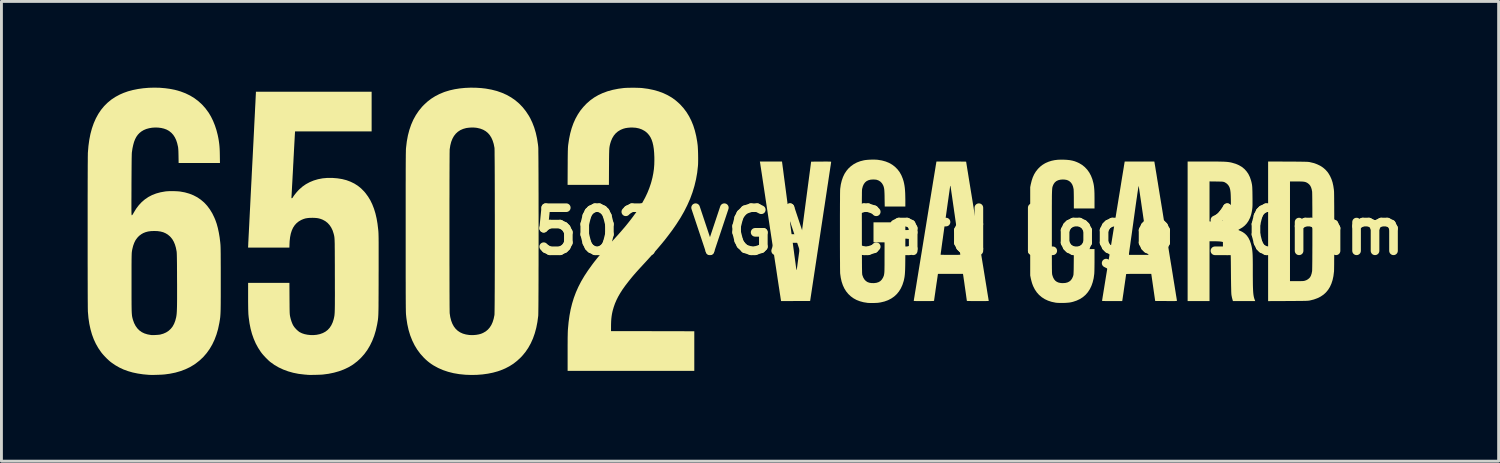
<source format=kicad_pcb>
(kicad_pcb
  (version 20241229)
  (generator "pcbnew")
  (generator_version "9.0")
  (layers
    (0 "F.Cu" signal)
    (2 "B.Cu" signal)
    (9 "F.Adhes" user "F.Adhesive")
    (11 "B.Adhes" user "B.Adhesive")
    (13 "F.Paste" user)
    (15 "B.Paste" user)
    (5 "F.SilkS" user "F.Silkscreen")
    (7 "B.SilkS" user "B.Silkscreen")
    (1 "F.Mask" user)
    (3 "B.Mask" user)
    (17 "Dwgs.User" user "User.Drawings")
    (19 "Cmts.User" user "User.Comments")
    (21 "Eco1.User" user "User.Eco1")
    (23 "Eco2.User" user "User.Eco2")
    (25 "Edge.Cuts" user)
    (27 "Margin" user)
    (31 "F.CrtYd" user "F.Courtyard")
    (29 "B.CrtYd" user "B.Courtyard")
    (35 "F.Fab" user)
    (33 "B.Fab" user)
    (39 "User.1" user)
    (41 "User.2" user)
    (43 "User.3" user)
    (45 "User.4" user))
  (footprint "6502 VGA Card Logo 10mm"
    (layer "F.Cu")
    (at 29.977 4.999)
    (property "Reference" "6502 VGA Card Logo 10mm" (at 0 0 0) (layer "F.SilkS") (effects (font (size 1.5 1.5) (thickness 0.3))))
    (attr board_only exclude_from_pos_files exclude_from_bom)
    (fp_poly (pts (xy -5.81 -2.392) (xy -5.809 -2.381) (xy -5.805 -2.353) (xy -5.799 -2.31) (xy -5.792 -2.253) (xy -5.782 -2.182) (xy -5.771 -2.098) (xy -5.759 -2.002) (xy -5.745 -1.894) (xy -5.729 -1.776) (xy -5.712 -1.649) (xy -5.694 -1.512) (xy -5.675 -1.367) (xy -5.655 -1.215) (xy -5.634 -1.056) (xy -5.612 -0.891) (xy -5.59 -0.721) (xy -5.567 -0.547) (xy -5.563 -0.52) (xy -5.54 -0.346) (xy -5.518 -0.176) (xy -5.496 -0.011) (xy -5.475 0.148) (xy -5.454 0.301) (xy -5.435 0.446) (xy -5.417 0.583) (xy -5.399 0.711) (xy -5.384 0.829) (xy -5.369 0.937) (xy -5.356 1.033) (xy -5.344 1.118) (xy -5.335 1.189) (xy -5.327 1.247) (xy -5.32 1.291) (xy -5.316 1.319) (xy -5.314 1.332) (xy -5.314 1.333) (xy -5.308 1.343) (xy -5.303 1.339) (xy -5.302 1.337) (xy -5.3 1.327) (xy -5.297 1.302) (xy -5.291 1.261) (xy -5.283 1.206) (xy -5.274 1.137) (xy -5.263 1.055) (xy -5.25 0.961) (xy -5.236 0.855) (xy -5.22 0.739) (xy -5.203 0.612) (xy -5.185 0.477) (xy -5.166 0.333) (xy -5.146 0.181) (xy -5.125 0.023) (xy -5.103 -0.142) (xy -5.08 -0.312) (xy -5.057 -0.487) (xy -5.049 -0.55) (xy -4.801 -2.424) (xy -4.452 -2.426) (xy -4.363 -2.427) (xy -4.289 -2.427) (xy -4.23 -2.427) (xy -4.184 -2.426) (xy -4.15 -2.425) (xy -4.126 -2.424) (xy -4.111 -2.422) (xy -4.105 -2.419) (xy -4.104 -2.418) (xy -4.105 -2.409) (xy -4.109 -2.383) (xy -4.115 -2.343) (xy -4.123 -2.287) (xy -4.134 -2.218) (xy -4.146 -2.135) (xy -4.161 -2.04) (xy -4.177 -1.932) (xy -4.195 -1.813) (xy -4.214 -1.683) (xy -4.236 -1.543) (xy -4.258 -1.393) (xy -4.282 -1.235) (xy -4.307 -1.069) (xy -4.333 -0.895) (xy -4.361 -0.715) (xy -4.389 -0.528) (xy -4.418 -0.336) (xy -4.448 -0.139) (xy -4.47 0.008) (xy -4.836 2.424) (xy -5.341 2.426) (xy -5.846 2.428) (xy -5.851 2.409) (xy -5.852 2.399) (xy -5.856 2.374) (xy -5.863 2.332) (xy -5.871 2.276) (xy -5.882 2.206) (xy -5.895 2.123) (xy -5.909 2.026) (xy -5.926 1.918) (xy -5.944 1.799) (xy -5.964 1.668) (xy -5.985 1.528) (xy -6.007 1.379) (xy -6.031 1.22) (xy -6.057 1.054) (xy -6.083 0.88) (xy -6.11 0.7) (xy -6.138 0.514) (xy -6.167 0.322) (xy -6.197 0.126) (xy -6.215 0.008) (xy -6.245 -0.19) (xy -6.274 -0.385) (xy -6.303 -0.575) (xy -6.331 -0.759) (xy -6.358 -0.937) (xy -6.384 -1.108) (xy -6.408 -1.271) (xy -6.432 -1.427) (xy -6.454 -1.573) (xy -6.475 -1.71) (xy -6.494 -1.836) (xy -6.511 -1.952) (xy -6.527 -2.055) (xy -6.541 -2.147) (xy -6.553 -2.226) (xy -6.563 -2.29) (xy -6.57 -2.341) (xy -6.576 -2.377) (xy -6.579 -2.397) (xy -6.58 -2.401) (xy -6.585 -2.428) (xy -6.2 -2.428) (xy -5.815 -2.428)) (stroke (width 0) (type solid)) (fill yes) (layer "F.SilkS"))
    (fp_poly (pts (xy 11.788 -2.426) (xy 11.915 -2.425) (xy 12.025 -2.425) (xy 12.121 -2.424) (xy 12.204 -2.423) (xy 12.274 -2.422) (xy 12.334 -2.422) (xy 12.383 -2.42) (xy 12.424 -2.419) (xy 12.458 -2.418) (xy 12.485 -2.416) (xy 12.507 -2.414) (xy 12.526 -2.412) (xy 12.541 -2.41) (xy 12.548 -2.408) (xy 12.683 -2.376) (xy 12.805 -2.333) (xy 12.913 -2.281) (xy 13.009 -2.219) (xy 13.094 -2.146) (xy 13.168 -2.063) (xy 13.203 -2.014) (xy 13.259 -1.918) (xy 13.305 -1.816) (xy 13.342 -1.706) (xy 13.369 -1.585) (xy 13.389 -1.452) (xy 13.393 -1.405) (xy 13.395 -1.383) (xy 13.396 -1.345) (xy 13.397 -1.293) (xy 13.398 -1.227) (xy 13.399 -1.149) (xy 13.399 -1.06) (xy 13.4 -0.961) (xy 13.401 -0.853) (xy 13.401 -0.737) (xy 13.402 -0.615) (xy 13.402 -0.488) (xy 13.402 -0.356) (xy 13.402 -0.222) (xy 13.402 -0.085) (xy 13.402 0.052) (xy 13.402 0.189) (xy 13.402 0.324) (xy 13.402 0.457) (xy 13.402 0.585) (xy 13.401 0.709) (xy 13.401 0.826) (xy 13.4 0.936) (xy 13.399 1.037) (xy 13.399 1.129) (xy 13.398 1.209) (xy 13.397 1.278) (xy 13.396 1.334) (xy 13.395 1.375) (xy 13.394 1.401) (xy 13.393 1.405) (xy 13.374 1.557) (xy 13.344 1.696) (xy 13.303 1.822) (xy 13.251 1.936) (xy 13.188 2.037) (xy 13.113 2.127) (xy 13.027 2.205) (xy 12.928 2.272) (xy 12.817 2.327) (xy 12.694 2.372) (xy 12.558 2.406) (xy 12.548 2.408) (xy 12.533 2.411) (xy 12.516 2.413) (xy 12.496 2.415) (xy 12.471 2.417) (xy 12.44 2.419) (xy 12.402 2.42) (xy 12.357 2.421) (xy 12.302 2.422) (xy 12.236 2.423) (xy 12.159 2.424) (xy 12.069 2.424) (xy 11.965 2.425) (xy 11.846 2.426) (xy 11.788 2.426) (xy 11.101 2.429) (xy 11.101 0) (xy 11.101 -1.735) (xy 11.862 -1.735) (xy 11.862 0) (xy 11.862 1.735) (xy 12.091 1.735) (xy 12.165 1.734) (xy 12.224 1.734) (xy 12.27 1.732) (xy 12.307 1.731) (xy 12.336 1.728) (xy 12.359 1.724) (xy 12.376 1.72) (xy 12.432 1.7) (xy 12.486 1.669) (xy 12.533 1.63) (xy 12.562 1.596) (xy 12.591 1.542) (xy 12.614 1.473) (xy 12.631 1.392) (xy 12.632 1.384) (xy 12.633 1.366) (xy 12.634 1.333) (xy 12.635 1.285) (xy 12.636 1.224) (xy 12.637 1.15) (xy 12.638 1.065) (xy 12.639 0.97) (xy 12.639 0.866) (xy 12.64 0.754) (xy 12.64 0.636) (xy 12.641 0.512) (xy 12.641 0.383) (xy 12.641 0.252) (xy 12.641 0.118) (xy 12.641 -0.017) (xy 12.641 -0.152) (xy 12.641 -0.285) (xy 12.641 -0.416) (xy 12.64 -0.544) (xy 12.64 -0.666) (xy 12.64 -0.783) (xy 12.639 -0.893) (xy 12.638 -0.995) (xy 12.638 -1.088) (xy 12.637 -1.17) (xy 12.636 -1.241) (xy 12.635 -1.299) (xy 12.634 -1.343) (xy 12.633 -1.372) (xy 12.632 -1.384) (xy 12.616 -1.466) (xy 12.594 -1.534) (xy 12.565 -1.59) (xy 12.527 -1.636) (xy 12.483 -1.672) (xy 12.456 -1.689) (xy 12.43 -1.702) (xy 12.403 -1.713) (xy 12.372 -1.721) (xy 12.335 -1.727) (xy 12.29 -1.731) (xy 12.235 -1.733) (xy 12.167 -1.734) (xy 12.091 -1.735) (xy 11.862 -1.735) (xy 11.101 -1.735) (xy 11.101 -2.429)) (stroke (width 0) (type solid)) (fill yes) (layer "F.SilkS"))
    (fp_poly (pts (xy 3.985 -2.493) (xy 4.098 -2.487) (xy 4.197 -2.477) (xy 4.287 -2.46) (xy 4.371 -2.437) (xy 4.451 -2.406) (xy 4.523 -2.373) (xy 4.628 -2.31) (xy 4.722 -2.234) (xy 4.805 -2.146) (xy 4.877 -2.046) (xy 4.937 -1.934) (xy 4.985 -1.812) (xy 5.021 -1.678) (xy 5.026 -1.655) (xy 5.035 -1.607) (xy 5.042 -1.559) (xy 5.047 -1.51) (xy 5.052 -1.456) (xy 5.055 -1.397) (xy 5.058 -1.329) (xy 5.059 -1.25) (xy 5.06 -1.157) (xy 5.06 -1.095) (xy 5.06 -0.795) (xy 4.7 -0.795) (xy 4.341 -0.795) (xy 4.34 -1.102) (xy 4.34 -1.175) (xy 4.339 -1.246) (xy 4.338 -1.311) (xy 4.337 -1.368) (xy 4.335 -1.415) (xy 4.334 -1.45) (xy 4.332 -1.468) (xy 4.314 -1.551) (xy 4.287 -1.623) (xy 4.249 -1.683) (xy 4.237 -1.697) (xy 4.19 -1.74) (xy 4.138 -1.771) (xy 4.078 -1.791) (xy 4.007 -1.801) (xy 3.953 -1.803) (xy 3.868 -1.796) (xy 3.794 -1.777) (xy 3.731 -1.746) (xy 3.679 -1.702) (xy 3.638 -1.645) (xy 3.618 -1.602) (xy 3.612 -1.588) (xy 3.608 -1.576) (xy 3.603 -1.564) (xy 3.599 -1.551) (xy 3.595 -1.537) (xy 3.592 -1.521) (xy 3.589 -1.501) (xy 3.587 -1.478) (xy 3.585 -1.451) (xy 3.583 -1.418) (xy 3.581 -1.379) (xy 3.58 -1.333) (xy 3.578 -1.279) (xy 3.577 -1.217) (xy 3.577 -1.146) (xy 3.576 -1.064) (xy 3.576 -0.972) (xy 3.575 -0.869) (xy 3.575 -0.753) (xy 3.575 -0.623) (xy 3.575 -0.48) (xy 3.575 -0.323) (xy 3.575 -0.15) (xy 3.575 0.013) (xy 3.575 0.197) (xy 3.575 0.364) (xy 3.575 0.517) (xy 3.575 0.655) (xy 3.575 0.779) (xy 3.575 0.89) (xy 3.576 0.988) (xy 3.576 1.075) (xy 3.576 1.152) (xy 3.577 1.218) (xy 3.577 1.276) (xy 3.578 1.325) (xy 3.579 1.366) (xy 3.579 1.401) (xy 3.58 1.429) (xy 3.582 1.453) (xy 3.583 1.471) (xy 3.584 1.486) (xy 3.586 1.498) (xy 3.588 1.508) (xy 3.589 1.517) (xy 3.59 1.519) (xy 3.617 1.6) (xy 3.652 1.667) (xy 3.696 1.72) (xy 3.75 1.759) (xy 3.815 1.786) (xy 3.891 1.8) (xy 3.954 1.803) (xy 4.041 1.798) (xy 4.116 1.78) (xy 4.18 1.749) (xy 4.233 1.706) (xy 4.275 1.649) (xy 4.308 1.579) (xy 4.324 1.527) (xy 4.327 1.511) (xy 4.329 1.484) (xy 4.331 1.445) (xy 4.333 1.395) (xy 4.335 1.331) (xy 4.336 1.253) (xy 4.337 1.159) (xy 4.338 1.051) (xy 4.342 0.618) (xy 4.701 0.618) (xy 5.06 0.618) (xy 5.06 1.006) (xy 5.06 1.089) (xy 5.059 1.17) (xy 5.058 1.247) (xy 5.057 1.317) (xy 5.056 1.378) (xy 5.054 1.428) (xy 5.052 1.466) (xy 5.051 1.482) (xy 5.03 1.634) (xy 4.996 1.774) (xy 4.951 1.902) (xy 4.895 2.017) (xy 4.826 2.121) (xy 4.747 2.212) (xy 4.655 2.291) (xy 4.552 2.357) (xy 4.437 2.411) (xy 4.311 2.453) (xy 4.234 2.471) (xy 4.185 2.479) (xy 4.123 2.485) (xy 4.052 2.49) (xy 3.976 2.493) (xy 3.9 2.493) (xy 3.828 2.492) (xy 3.763 2.489) (xy 3.71 2.484) (xy 3.706 2.483) (xy 3.57 2.455) (xy 3.444 2.414) (xy 3.328 2.36) (xy 3.224 2.293) (xy 3.131 2.214) (xy 3.05 2.123) (xy 2.981 2.02) (xy 2.923 1.905) (xy 2.889 1.814) (xy 2.875 1.767) (xy 2.86 1.711) (xy 2.847 1.657) (xy 2.841 1.632) (xy 2.822 1.536) (xy 2.822 0) (xy 2.822 -1.536) (xy 2.841 -1.632) (xy 2.873 -1.762) (xy 2.912 -1.879) (xy 2.96 -1.984) (xy 3.017 -2.078) (xy 3.085 -2.164) (xy 3.107 -2.188) (xy 3.175 -2.254) (xy 3.245 -2.309) (xy 3.321 -2.356) (xy 3.363 -2.379) (xy 3.461 -2.421) (xy 3.562 -2.453) (xy 3.669 -2.476) (xy 3.785 -2.49) (xy 3.912 -2.494)) (stroke (width 0) (type solid)) (fill yes) (layer "F.SilkS"))
    (fp_poly (pts (xy 9.06 -2.428) (xy 9.177 -2.428) (xy 9.278 -2.427) (xy 9.367 -2.427) (xy 9.445 -2.425) (xy 9.512 -2.424) (xy 9.57 -2.422) (xy 9.62 -2.419) (xy 9.664 -2.416) (xy 9.704 -2.412) (xy 9.739 -2.407) (xy 9.772 -2.402) (xy 9.804 -2.396) (xy 9.837 -2.388) (xy 9.845 -2.386) (xy 9.971 -2.349) (xy 10.084 -2.301) (xy 10.185 -2.242) (xy 10.273 -2.171) (xy 10.349 -2.088) (xy 10.414 -1.994) (xy 10.466 -1.888) (xy 10.506 -1.769) (xy 10.513 -1.743) (xy 10.523 -1.705) (xy 10.53 -1.671) (xy 10.537 -1.639) (xy 10.542 -1.606) (xy 10.546 -1.572) (xy 10.549 -1.532) (xy 10.551 -1.486) (xy 10.553 -1.431) (xy 10.555 -1.365) (xy 10.556 -1.286) (xy 10.557 -1.213) (xy 10.558 -1.122) (xy 10.558 -1.047) (xy 10.558 -0.984) (xy 10.558 -0.932) (xy 10.557 -0.89) (xy 10.555 -0.854) (xy 10.553 -0.823) (xy 10.55 -0.795) (xy 10.547 -0.769) (xy 10.531 -0.673) (xy 10.512 -0.59) (xy 10.488 -0.515) (xy 10.469 -0.465) (xy 10.419 -0.364) (xy 10.36 -0.277) (xy 10.29 -0.201) (xy 10.209 -0.136) (xy 10.13 -0.089) (xy 10.101 -0.073) (xy 10.079 -0.059) (xy 10.068 -0.05) (xy 10.067 -0.048) (xy 10.075 -0.041) (xy 10.095 -0.031) (xy 10.123 -0.018) (xy 10.135 -0.013) (xy 10.221 0.03) (xy 10.298 0.085) (xy 10.364 0.153) (xy 10.42 0.235) (xy 10.467 0.33) (xy 10.504 0.438) (xy 10.522 0.508) (xy 10.531 0.549) (xy 10.538 0.589) (xy 10.545 0.629) (xy 10.55 0.672) (xy 10.555 0.718) (xy 10.559 0.769) (xy 10.562 0.826) (xy 10.564 0.892) (xy 10.566 0.967) (xy 10.567 1.053) (xy 10.568 1.152) (xy 10.568 1.265) (xy 10.568 1.364) (xy 10.568 1.507) (xy 10.569 1.635) (xy 10.57 1.747) (xy 10.571 1.847) (xy 10.573 1.934) (xy 10.576 2.011) (xy 10.579 2.077) (xy 10.583 2.135) (xy 10.588 2.185) (xy 10.594 2.229) (xy 10.601 2.268) (xy 10.609 2.303) (xy 10.618 2.335) (xy 10.628 2.366) (xy 10.632 2.375) (xy 10.652 2.428) (xy 10.264 2.428) (xy 9.877 2.428) (xy 9.867 2.397) (xy 9.845 2.317) (xy 9.83 2.244) (xy 9.822 2.191) (xy 9.821 2.171) (xy 9.819 2.134) (xy 9.817 2.083) (xy 9.816 2.018) (xy 9.814 1.942) (xy 9.812 1.854) (xy 9.811 1.757) (xy 9.809 1.651) (xy 9.808 1.538) (xy 9.807 1.426) (xy 9.806 1.301) (xy 9.805 1.192) (xy 9.804 1.097) (xy 9.803 1.016) (xy 9.802 0.947) (xy 9.801 0.889) (xy 9.799 0.841) (xy 9.798 0.801) (xy 9.797 0.769) (xy 9.795 0.743) (xy 9.793 0.722) (xy 9.791 0.704) (xy 9.789 0.69) (xy 9.786 0.676) (xy 9.783 0.663) (xy 9.782 0.662) (xy 9.756 0.581) (xy 9.723 0.514) (xy 9.682 0.461) (xy 9.632 0.419) (xy 9.591 0.397) (xy 9.553 0.381) (xy 9.512 0.368) (xy 9.467 0.359) (xy 9.414 0.353) (xy 9.351 0.349) (xy 9.275 0.347) (xy 9.234 0.347) (xy 9.062 0.347) (xy 9.062 1.388) (xy 9.062 2.428) (xy 8.681 2.428) (xy 8.3 2.428) (xy 8.3 0) (xy 8.3 -1.736) (xy 9.062 -1.736) (xy 9.062 -1.04) (xy 9.062 -0.345) (xy 9.267 -0.349) (xy 9.337 -0.351) (xy 9.392 -0.353) (xy 9.435 -0.355) (xy 9.468 -0.358) (xy 9.493 -0.362) (xy 9.513 -0.366) (xy 9.519 -0.368) (xy 9.575 -0.389) (xy 9.622 -0.414) (xy 9.663 -0.446) (xy 9.669 -0.451) (xy 9.7 -0.484) (xy 9.727 -0.521) (xy 9.75 -0.562) (xy 9.768 -0.611) (xy 9.782 -0.667) (xy 9.793 -0.733) (xy 9.8 -0.81) (xy 9.804 -0.899) (xy 9.805 -1.001) (xy 9.804 -1.119) (xy 9.803 -1.146) (xy 9.801 -1.23) (xy 9.798 -1.298) (xy 9.794 -1.355) (xy 9.788 -1.403) (xy 9.782 -1.444) (xy 9.773 -1.481) (xy 9.762 -1.516) (xy 9.755 -1.536) (xy 9.729 -1.585) (xy 9.691 -1.633) (xy 9.644 -1.674) (xy 9.594 -1.704) (xy 9.582 -1.71) (xy 9.566 -1.716) (xy 9.551 -1.72) (xy 9.534 -1.724) (xy 9.513 -1.727) (xy 9.486 -1.729) (xy 9.45 -1.73) (xy 9.403 -1.731) (xy 9.343 -1.732) (xy 9.297 -1.733) (xy 9.062 -1.736) (xy 8.3 -1.736) (xy 8.3 -2.428) (xy 8.929 -2.428)) (stroke (width 0) (type solid)) (fill yes) (layer "F.SilkS"))
    (fp_poly (pts (xy 7.145 -2.409) (xy 7.147 -2.398) (xy 7.151 -2.372) (xy 7.158 -2.33) (xy 7.168 -2.274) (xy 7.179 -2.205) (xy 7.192 -2.123) (xy 7.208 -2.03) (xy 7.225 -1.925) (xy 7.243 -1.81) (xy 7.264 -1.686) (xy 7.285 -1.553) (xy 7.308 -1.413) (xy 7.332 -1.265) (xy 7.357 -1.112) (xy 7.383 -0.953) (xy 7.41 -0.789) (xy 7.437 -0.622) (xy 7.464 -0.452) (xy 7.492 -0.28) (xy 7.52 -0.106) (xy 7.549 0.068) (xy 7.577 0.241) (xy 7.605 0.414) (xy 7.633 0.585) (xy 7.66 0.753) (xy 7.686 0.917) (xy 7.712 1.077) (xy 7.738 1.232) (xy 7.762 1.381) (xy 7.785 1.524) (xy 7.806 1.659) (xy 7.827 1.785) (xy 7.846 1.902) (xy 7.863 2.009) (xy 7.879 2.106) (xy 7.892 2.191) (xy 7.904 2.263) (xy 7.914 2.323) (xy 7.921 2.368) (xy 7.926 2.398) (xy 7.928 2.413) (xy 7.928 2.415) (xy 7.927 2.418) (xy 7.922 2.421) (xy 7.913 2.423) (xy 7.898 2.425) (xy 7.875 2.426) (xy 7.843 2.427) (xy 7.8 2.427) (xy 7.746 2.427) (xy 7.678 2.427) (xy 7.596 2.427) (xy 7.549 2.426) (xy 7.171 2.424) (xy 7.103 1.952) (xy 7.035 1.481) (xy 6.597 1.481) (xy 6.498 1.481) (xy 6.415 1.481) (xy 6.346 1.481) (xy 6.29 1.482) (xy 6.246 1.483) (xy 6.212 1.484) (xy 6.188 1.485) (xy 6.172 1.487) (xy 6.163 1.489) (xy 6.16 1.492) (xy 6.16 1.492) (xy 6.158 1.502) (xy 6.155 1.527) (xy 6.15 1.565) (xy 6.143 1.614) (xy 6.135 1.672) (xy 6.125 1.738) (xy 6.115 1.808) (xy 6.104 1.883) (xy 6.093 1.959) (xy 6.082 2.034) (xy 6.072 2.108) (xy 6.062 2.177) (xy 6.052 2.241) (xy 6.044 2.297) (xy 6.037 2.343) (xy 6.032 2.377) (xy 6.029 2.398) (xy 6.028 2.401) (xy 6.023 2.428) (xy 5.673 2.428) (xy 5.582 2.428) (xy 5.503 2.428) (xy 5.438 2.427) (xy 5.386 2.425) (xy 5.349 2.424) (xy 5.327 2.422) (xy 5.322 2.42) (xy 5.323 2.411) (xy 5.327 2.387) (xy 5.334 2.347) (xy 5.342 2.293) (xy 5.353 2.225) (xy 5.366 2.145) (xy 5.381 2.053) (xy 5.398 1.95) (xy 5.416 1.837) (xy 5.436 1.714) (xy 5.457 1.583) (xy 5.48 1.443) (xy 5.504 1.297) (xy 5.529 1.144) (xy 5.554 0.987) (xy 5.581 0.824) (xy 5.581 0.821) (xy 6.251 0.821) (xy 6.594 0.821) (xy 6.938 0.821) (xy 6.938 0.797) (xy 6.936 0.783) (xy 6.933 0.754) (xy 6.927 0.711) (xy 6.92 0.655) (xy 6.91 0.587) (xy 6.9 0.508) (xy 6.887 0.42) (xy 6.874 0.324) (xy 6.859 0.22) (xy 6.844 0.111) (xy 6.827 -0.003) (xy 6.811 -0.121) (xy 6.793 -0.242) (xy 6.776 -0.364) (xy 6.758 -0.486) (xy 6.741 -0.607) (xy 6.723 -0.727) (xy 6.706 -0.843) (xy 6.69 -0.954) (xy 6.675 -1.061) (xy 6.66 -1.16) (xy 6.646 -1.252) (xy 6.634 -1.335) (xy 6.623 -1.407) (xy 6.614 -1.469) (xy 6.606 -1.518) (xy 6.6 -1.553) (xy 6.596 -1.574) (xy 6.595 -1.579) (xy 6.593 -1.572) (xy 6.588 -1.547) (xy 6.581 -1.507) (xy 6.573 -1.451) (xy 6.562 -1.38) (xy 6.549 -1.295) (xy 6.535 -1.194) (xy 6.518 -1.08) (xy 6.5 -0.953) (xy 6.48 -0.812) (xy 6.459 -0.658) (xy 6.436 -0.492) (xy 6.423 -0.4) (xy 6.404 -0.26) (xy 6.385 -0.125) (xy 6.367 0.005) (xy 6.35 0.129) (xy 6.333 0.245) (xy 6.318 0.353) (xy 6.305 0.451) (xy 6.292 0.54) (xy 6.281 0.617) (xy 6.272 0.682) (xy 6.265 0.734) (xy 6.26 0.772) (xy 6.256 0.795) (xy 6.255 0.802) (xy 6.251 0.821) (xy 5.581 0.821) (xy 5.608 0.658) (xy 5.635 0.488) (xy 5.663 0.317) (xy 5.691 0.144) (xy 5.719 -0.029) (xy 5.747 -0.203) (xy 5.775 -0.375) (xy 5.803 -0.545) (xy 5.83 -0.713) (xy 5.857 -0.877) (xy 5.883 -1.037) (xy 5.908 -1.192) (xy 5.933 -1.341) (xy 5.956 -1.483) (xy 5.978 -1.618) (xy 5.998 -1.744) (xy 6.017 -1.862) (xy 6.035 -1.969) (xy 6.051 -2.066) (xy 6.065 -2.151) (xy 6.077 -2.224) (xy 6.086 -2.284) (xy 6.094 -2.33) (xy 6.099 -2.361) (xy 6.101 -2.375) (xy 6.111 -2.428) (xy 6.626 -2.428) (xy 7.141 -2.428)) (stroke (width 0) (type solid)) (fill yes) (layer "F.SilkS"))
    (fp_poly (pts (xy -2.537 -2.493) (xy -2.48 -2.488) (xy -2.339 -2.465) (xy -2.209 -2.429) (xy -2.09 -2.381) (xy -1.981 -2.319) (xy -1.884 -2.245) (xy -1.798 -2.159) (xy -1.723 -2.061) (xy -1.661 -1.95) (xy -1.611 -1.828) (xy -1.583 -1.737) (xy -1.567 -1.668) (xy -1.553 -1.594) (xy -1.542 -1.514) (xy -1.534 -1.426) (xy -1.528 -1.328) (xy -1.525 -1.218) (xy -1.523 -1.093) (xy -1.523 -1.051) (xy -1.523 -0.863) (xy -1.881 -0.863) (xy -2.24 -0.863) (xy -2.245 -1.153) (xy -2.246 -1.241) (xy -2.248 -1.314) (xy -2.251 -1.375) (xy -2.254 -1.425) (xy -2.258 -1.466) (xy -2.264 -1.501) (xy -2.271 -1.532) (xy -2.279 -1.56) (xy -2.29 -1.587) (xy -2.3 -1.611) (xy -2.338 -1.673) (xy -2.387 -1.725) (xy -2.447 -1.765) (xy -2.515 -1.791) (xy -2.527 -1.794) (xy -2.554 -1.798) (xy -2.592 -1.801) (xy -2.633 -1.803) (xy -2.648 -1.803) (xy -2.734 -1.797) (xy -2.809 -1.777) (xy -2.873 -1.745) (xy -2.926 -1.7) (xy -2.969 -1.641) (xy -3.002 -1.569) (xy -3.025 -1.483) (xy -3.029 -1.46) (xy -3.03 -1.446) (xy -3.032 -1.421) (xy -3.033 -1.385) (xy -3.034 -1.337) (xy -3.034 -1.276) (xy -3.035 -1.204) (xy -3.036 -1.118) (xy -3.036 -1.018) (xy -3.036 -0.905) (xy -3.037 -0.777) (xy -3.037 -0.634) (xy -3.037 -0.476) (xy -3.036 -0.303) (xy -3.036 -0.113) (xy -3.036 0.038) (xy -3.036 0.222) (xy -3.035 0.389) (xy -3.035 0.541) (xy -3.035 0.678) (xy -3.034 0.802) (xy -3.034 0.912) (xy -3.033 1.01) (xy -3.033 1.097) (xy -3.032 1.173) (xy -3.032 1.239) (xy -3.031 1.295) (xy -3.03 1.344) (xy -3.029 1.384) (xy -3.029 1.418) (xy -3.028 1.446) (xy -3.026 1.468) (xy -3.025 1.485) (xy -3.024 1.499) (xy -3.022 1.51) (xy -3.02 1.519) (xy -3.018 1.526) (xy -3.018 1.526) (xy -2.988 1.607) (xy -2.949 1.673) (xy -2.901 1.725) (xy -2.845 1.764) (xy -2.778 1.789) (xy -2.711 1.8) (xy -2.616 1.803) (xy -2.533 1.793) (xy -2.46 1.771) (xy -2.398 1.736) (xy -2.348 1.687) (xy -2.308 1.626) (xy -2.305 1.621) (xy -2.294 1.598) (xy -2.285 1.577) (xy -2.276 1.556) (xy -2.269 1.534) (xy -2.264 1.509) (xy -2.259 1.48) (xy -2.255 1.447) (xy -2.252 1.406) (xy -2.25 1.358) (xy -2.249 1.3) (xy -2.248 1.231) (xy -2.247 1.15) (xy -2.247 1.055) (xy -2.247 0.945) (xy -2.247 0.91) (xy -2.246 0.385) (xy -2.439 0.383) (xy -2.631 0.38) (xy -2.631 0.034) (xy -2.631 -0.313) (xy -2.077 -0.313) (xy -1.523 -0.313) (xy -1.523 0.463) (xy -1.523 0.621) (xy -1.523 0.763) (xy -1.524 0.89) (xy -1.525 1.003) (xy -1.526 1.104) (xy -1.527 1.193) (xy -1.529 1.272) (xy -1.531 1.342) (xy -1.534 1.403) (xy -1.537 1.458) (xy -1.541 1.506) (xy -1.546 1.549) (xy -1.551 1.589) (xy -1.558 1.626) (xy -1.565 1.661) (xy -1.572 1.696) (xy -1.581 1.731) (xy -1.583 1.737) (xy -1.625 1.867) (xy -1.679 1.985) (xy -1.745 2.092) (xy -1.823 2.187) (xy -1.912 2.269) (xy -2.013 2.339) (xy -2.125 2.397) (xy -2.249 2.442) (xy -2.383 2.474) (xy -2.47 2.487) (xy -2.502 2.49) (xy -2.546 2.492) (xy -2.598 2.494) (xy -2.654 2.494) (xy -2.71 2.495) (xy -2.762 2.494) (xy -2.805 2.493) (xy -2.836 2.491) (xy -2.839 2.49) (xy -2.978 2.468) (xy -3.105 2.434) (xy -3.221 2.389) (xy -3.326 2.332) (xy -3.421 2.263) (xy -3.506 2.183) (xy -3.581 2.092) (xy -3.645 1.99) (xy -3.698 1.876) (xy -3.74 1.751) (xy -3.771 1.614) (xy -3.79 1.479) (xy -3.792 1.458) (xy -3.793 1.421) (xy -3.794 1.367) (xy -3.795 1.297) (xy -3.796 1.211) (xy -3.796 1.109) (xy -3.797 0.992) (xy -3.798 0.86) (xy -3.798 0.713) (xy -3.799 0.552) (xy -3.799 0.375) (xy -3.799 0.185) (xy -3.799 0) (xy -3.799 -0.203) (xy -3.799 -0.392) (xy -3.799 -0.567) (xy -3.798 -0.727) (xy -3.798 -0.873) (xy -3.797 -1.004) (xy -3.796 -1.119) (xy -3.796 -1.219) (xy -3.795 -1.304) (xy -3.794 -1.372) (xy -3.793 -1.425) (xy -3.791 -1.461) (xy -3.79 -1.479) (xy -3.769 -1.628) (xy -3.736 -1.764) (xy -3.693 -1.888) (xy -3.64 -2) (xy -3.574 -2.101) (xy -3.506 -2.183) (xy -3.417 -2.266) (xy -3.319 -2.336) (xy -3.211 -2.394) (xy -3.092 -2.439) (xy -2.965 -2.471) (xy -2.909 -2.48) (xy -2.841 -2.487) (xy -2.766 -2.492) (xy -2.686 -2.495) (xy -2.609 -2.495)) (stroke (width 0) (type solid)) (fill yes) (layer "F.SilkS"))
    (fp_poly (pts (xy -10.919 -4.995) (xy -10.844 -4.993) (xy -10.775 -4.991) (xy -10.717 -4.988) (xy -10.678 -4.985) (xy -10.476 -4.958) (xy -10.287 -4.919) (xy -10.11 -4.869) (xy -9.945 -4.808) (xy -9.791 -4.735) (xy -9.647 -4.651) (xy -9.514 -4.554) (xy -9.39 -4.445) (xy -9.351 -4.407) (xy -9.238 -4.281) (xy -9.137 -4.146) (xy -9.048 -4.002) (xy -8.97 -3.847) (xy -8.903 -3.682) (xy -8.847 -3.505) (xy -8.801 -3.316) (xy -8.765 -3.114) (xy -8.753 -3.021) (xy -8.747 -2.967) (xy -8.743 -2.899) (xy -8.739 -2.821) (xy -8.736 -2.737) (xy -8.734 -2.648) (xy -8.733 -2.56) (xy -8.733 -2.475) (xy -8.734 -2.396) (xy -8.736 -2.327) (xy -8.74 -2.273) (xy -8.766 -2.038) (xy -8.807 -1.808) (xy -8.861 -1.582) (xy -8.929 -1.357) (xy -9.011 -1.134) (xy -9.109 -0.912) (xy -9.221 -0.69) (xy -9.349 -0.467) (xy -9.494 -0.241) (xy -9.634 -0.04) (xy -9.719 0.074) (xy -9.804 0.186) (xy -9.891 0.298) (xy -9.982 0.41) (xy -10.079 0.525) (xy -10.181 0.645) (xy -10.292 0.77) (xy -10.412 0.903) (xy -10.542 1.046) (xy -10.576 1.083) (xy -10.66 1.174) (xy -10.733 1.253) (xy -10.798 1.324) (xy -10.855 1.387) (xy -10.906 1.444) (xy -10.952 1.497) (xy -10.995 1.547) (xy -11.036 1.596) (xy -11.077 1.646) (xy -11.118 1.697) (xy -11.154 1.742) (xy -11.263 1.883) (xy -11.359 2.017) (xy -11.442 2.146) (xy -11.514 2.27) (xy -11.575 2.392) (xy -11.627 2.513) (xy -11.67 2.635) (xy -11.706 2.76) (xy -11.714 2.793) (xy -11.732 2.878) (xy -11.745 2.963) (xy -11.755 3.052) (xy -11.761 3.148) (xy -11.764 3.256) (xy -11.764 3.283) (xy -11.765 3.473) (xy -10.316 3.475) (xy -8.867 3.478) (xy -8.867 4.167) (xy -8.867 4.857) (xy -11.071 4.857) (xy -13.275 4.857) (xy -13.275 4.211) (xy -13.275 4.075) (xy -13.275 3.954) (xy -13.274 3.847) (xy -13.274 3.754) (xy -13.273 3.672) (xy -13.271 3.602) (xy -13.27 3.54) (xy -13.268 3.487) (xy -13.266 3.44) (xy -13.263 3.4) (xy -13.263 3.397) (xy -13.241 3.16) (xy -13.21 2.935) (xy -13.17 2.72) (xy -13.119 2.515) (xy -13.058 2.316) (xy -12.986 2.123) (xy -12.901 1.932) (xy -12.804 1.744) (xy -12.693 1.555) (xy -12.567 1.364) (xy -12.427 1.169) (xy -12.401 1.134) (xy -12.348 1.064) (xy -12.296 0.998) (xy -12.244 0.933) (xy -12.19 0.868) (xy -12.134 0.801) (xy -12.073 0.73) (xy -12.006 0.655) (xy -11.931 0.572) (xy -11.848 0.48) (xy -11.757 0.381) (xy -11.652 0.267) (xy -11.558 0.163) (xy -11.473 0.068) (xy -11.395 -0.021) (xy -11.324 -0.104) (xy -11.256 -0.184) (xy -11.192 -0.263) (xy -11.129 -0.342) (xy -11.066 -0.423) (xy -11.023 -0.48) (xy -10.89 -0.661) (xy -10.772 -0.836) (xy -10.668 -1.007) (xy -10.577 -1.173) (xy -10.499 -1.338) (xy -10.433 -1.501) (xy -10.378 -1.664) (xy -10.361 -1.722) (xy -10.322 -1.874) (xy -10.293 -2.021) (xy -10.272 -2.167) (xy -10.26 -2.317) (xy -10.256 -2.475) (xy -10.257 -2.584) (xy -10.264 -2.733) (xy -10.276 -2.867) (xy -10.295 -2.987) (xy -10.32 -3.093) (xy -10.352 -3.188) (xy -10.391 -3.271) (xy -10.439 -3.345) (xy -10.494 -3.409) (xy -10.557 -3.465) (xy -10.6 -3.495) (xy -10.69 -3.544) (xy -10.79 -3.58) (xy -10.9 -3.603) (xy -11.019 -3.611) (xy -11.097 -3.61) (xy -11.188 -3.602) (xy -11.268 -3.589) (xy -11.342 -3.568) (xy -11.413 -3.539) (xy -11.439 -3.527) (xy -11.526 -3.474) (xy -11.603 -3.408) (xy -11.668 -3.33) (xy -11.723 -3.238) (xy -11.767 -3.134) (xy -11.791 -3.057) (xy -11.798 -3.028) (xy -11.805 -3.001) (xy -11.81 -2.976) (xy -11.815 -2.949) (xy -11.819 -2.921) (xy -11.823 -2.89) (xy -11.825 -2.854) (xy -11.828 -2.812) (xy -11.829 -2.762) (xy -11.831 -2.704) (xy -11.832 -2.636) (xy -11.833 -2.556) (xy -11.834 -2.464) (xy -11.834 -2.357) (xy -11.835 -2.236) (xy -11.838 -1.616) (xy -12.557 -1.616) (xy -13.276 -1.616) (xy -13.273 -2.253) (xy -13.272 -2.377) (xy -13.272 -2.485) (xy -13.271 -2.579) (xy -13.27 -2.66) (xy -13.269 -2.73) (xy -13.268 -2.789) (xy -13.266 -2.839) (xy -13.265 -2.882) (xy -13.263 -2.918) (xy -13.261 -2.949) (xy -13.258 -2.977) (xy -13.256 -3.003) (xy -13.255 -3.008) (xy -13.224 -3.215) (xy -13.184 -3.408) (xy -13.134 -3.589) (xy -13.074 -3.757) (xy -13.004 -3.914) (xy -12.923 -4.061) (xy -12.832 -4.199) (xy -12.728 -4.327) (xy -12.614 -4.447) (xy -12.61 -4.451) (xy -12.486 -4.559) (xy -12.351 -4.656) (xy -12.206 -4.74) (xy -12.049 -4.813) (xy -11.882 -4.874) (xy -11.702 -4.923) (xy -11.51 -4.961) (xy -11.329 -4.985) (xy -11.283 -4.989) (xy -11.224 -4.992) (xy -11.154 -4.994) (xy -11.078 -4.995) (xy -10.999 -4.995)) (stroke (width 0) (type solid)) (fill yes) (layer "F.SilkS"))
    (fp_poly (pts (xy 0.168 -2.428) (xy 0.255 -2.428) (xy 0.334 -2.428) (xy 0.406 -2.427) (xy 0.468 -2.426) (xy 0.519 -2.426) (xy 0.558 -2.425) (xy 0.583 -2.424) (xy 0.592 -2.423) (xy 0.592 -2.423) (xy 0.594 -2.414) (xy 0.598 -2.389) (xy 0.604 -2.349) (xy 0.613 -2.294) (xy 0.624 -2.225) (xy 0.637 -2.143) (xy 0.653 -2.048) (xy 0.67 -1.941) (xy 0.689 -1.822) (xy 0.71 -1.693) (xy 0.733 -1.553) (xy 0.757 -1.404) (xy 0.783 -1.247) (xy 0.81 -1.081) (xy 0.838 -0.907) (xy 0.867 -0.727) (xy 0.898 -0.541) (xy 0.929 -0.349) (xy 0.961 -0.153) (xy 0.986 0.000272) (xy 1.018 0.2) (xy 1.05 0.396) (xy 1.081 0.586) (xy 1.111 0.771) (xy 1.14 0.95) (xy 1.168 1.121) (xy 1.195 1.285) (xy 1.22 1.441) (xy 1.244 1.588) (xy 1.266 1.725) (xy 1.287 1.852) (xy 1.306 1.968) (xy 1.322 2.072) (xy 1.337 2.164) (xy 1.35 2.243) (xy 1.361 2.309) (xy 1.369 2.36) (xy 1.375 2.397) (xy 1.378 2.418) (xy 1.379 2.423) (xy 1.371 2.424) (xy 1.348 2.425) (xy 1.311 2.426) (xy 1.262 2.427) (xy 1.203 2.427) (xy 1.135 2.428) (xy 1.061 2.428) (xy 0.998 2.428) (xy 0.92 2.428) (xy 0.847 2.428) (xy 0.781 2.427) (xy 0.724 2.426) (xy 0.678 2.425) (xy 0.643 2.424) (xy 0.623 2.423) (xy 0.618 2.422) (xy 0.617 2.412) (xy 0.613 2.387) (xy 0.608 2.349) (xy 0.601 2.301) (xy 0.593 2.242) (xy 0.584 2.177) (xy 0.574 2.106) (xy 0.563 2.031) (xy 0.552 1.955) (xy 0.541 1.879) (xy 0.531 1.805) (xy 0.521 1.734) (xy 0.511 1.67) (xy 0.503 1.613) (xy 0.496 1.566) (xy 0.491 1.53) (xy 0.487 1.507) (xy 0.486 1.5) (xy 0.482 1.481) (xy 0.046 1.481) (xy -0.038 1.481) (xy -0.116 1.481) (xy -0.188 1.481) (xy -0.252 1.481) (xy -0.305 1.482) (xy -0.346 1.482) (xy -0.375 1.482) (xy -0.388 1.483) (xy -0.389 1.483) (xy -0.39 1.492) (xy -0.394 1.515) (xy -0.399 1.553) (xy -0.406 1.603) (xy -0.415 1.663) (xy -0.425 1.733) (xy -0.437 1.81) (xy -0.449 1.893) (xy -0.457 1.949) (xy -0.47 2.035) (xy -0.481 2.117) (xy -0.492 2.192) (xy -0.502 2.259) (xy -0.51 2.317) (xy -0.517 2.363) (xy -0.521 2.397) (xy -0.524 2.416) (xy -0.525 2.42) (xy -0.533 2.422) (xy -0.557 2.424) (xy -0.598 2.426) (xy -0.652 2.427) (xy -0.721 2.428) (xy -0.804 2.428) (xy -0.879 2.428) (xy -0.966 2.428) (xy -1.037 2.428) (xy -1.095 2.428) (xy -1.14 2.427) (xy -1.174 2.426) (xy -1.198 2.425) (xy -1.215 2.424) (xy -1.224 2.421) (xy -1.229 2.419) (xy -1.23 2.415) (xy -1.23 2.414) (xy -1.229 2.404) (xy -1.224 2.379) (xy -1.218 2.338) (xy -1.208 2.282) (xy -1.197 2.212) (xy -1.184 2.129) (xy -1.168 2.034) (xy -1.15 1.926) (xy -1.131 1.807) (xy -1.11 1.677) (xy -1.087 1.537) (xy -1.063 1.388) (xy -1.037 1.23) (xy -1.01 1.064) (xy -0.982 0.89) (xy -0.969 0.812) (xy -0.296 0.812) (xy -0.288 0.815) (xy -0.263 0.817) (xy -0.221 0.818) (xy -0.163 0.819) (xy -0.089 0.82) (xy 0.001 0.821) (xy 0.047 0.821) (xy 0.135 0.821) (xy 0.208 0.82) (xy 0.267 0.82) (xy 0.313 0.819) (xy 0.346 0.817) (xy 0.369 0.816) (xy 0.383 0.814) (xy 0.389 0.811) (xy 0.389 0.81) (xy 0.388 0.799) (xy 0.384 0.773) (xy 0.379 0.732) (xy 0.371 0.678) (xy 0.362 0.612) (xy 0.352 0.535) (xy 0.339 0.449) (xy 0.326 0.354) (xy 0.312 0.251) (xy 0.296 0.143) (xy 0.28 0.029) (xy 0.263 -0.089) (xy 0.246 -0.209) (xy 0.229 -0.331) (xy 0.211 -0.454) (xy 0.194 -0.576) (xy 0.176 -0.696) (xy 0.16 -0.813) (xy 0.143 -0.927) (xy 0.128 -1.034) (xy 0.113 -1.136) (xy 0.1 -1.23) (xy 0.087 -1.315) (xy 0.076 -1.391) (xy 0.067 -1.455) (xy 0.059 -1.507) (xy 0.053 -1.546) (xy 0.049 -1.571) (xy 0.047 -1.58) (xy 0.047 -1.58) (xy 0.039 -1.581) (xy 0.038 -1.581) (xy 0.037 -1.572) (xy 0.033 -1.548) (xy 0.027 -1.51) (xy 0.02 -1.458) (xy 0.011 -1.393) (xy -0.000059 -1.318) (xy -0.012 -1.233) (xy -0.025 -1.139) (xy -0.04 -1.038) (xy -0.055 -0.93) (xy -0.071 -0.817) (xy -0.087 -0.7) (xy -0.104 -0.58) (xy -0.121 -0.458) (xy -0.138 -0.335) (xy -0.155 -0.213) (xy -0.172 -0.092) (xy -0.188 0.025) (xy -0.204 0.139) (xy -0.219 0.248) (xy -0.234 0.351) (xy -0.247 0.446) (xy -0.259 0.533) (xy -0.269 0.611) (xy -0.278 0.677) (xy -0.286 0.731) (xy -0.291 0.773) (xy -0.295 0.8) (xy -0.296 0.812) (xy -0.296 0.812) (xy -0.969 0.812) (xy -0.952 0.71) (xy -0.922 0.524) (xy -0.891 0.332) (xy -0.859 0.136) (xy -0.838 0.004) (xy -0.805 -0.195) (xy -0.774 -0.39) (xy -0.743 -0.58) (xy -0.713 -0.764) (xy -0.684 -0.942) (xy -0.656 -1.113) (xy -0.629 -1.277) (xy -0.604 -1.432) (xy -0.58 -1.578) (xy -0.558 -1.715) (xy -0.537 -1.842) (xy -0.518 -1.957) (xy -0.501 -2.061) (xy -0.486 -2.153) (xy -0.473 -2.232) (xy -0.463 -2.297) (xy -0.454 -2.348) (xy -0.448 -2.384) (xy -0.445 -2.405) (xy -0.444 -2.409) (xy -0.44 -2.428) (xy 0.076 -2.428)) (stroke (width 0) (type solid)) (fill yes) (layer "F.SilkS"))
    (fp_poly (pts (xy -16.467 -4.996) (xy -16.279 -4.984) (xy -16.122 -4.966) (xy -15.924 -4.93) (xy -15.736 -4.882) (xy -15.56 -4.82) (xy -15.394 -4.746) (xy -15.24 -4.659) (xy -15.096 -4.559) (xy -14.963 -4.446) (xy -14.841 -4.32) (xy -14.73 -4.181) (xy -14.63 -4.03) (xy -14.575 -3.933) (xy -14.501 -3.777) (xy -14.436 -3.607) (xy -14.382 -3.425) (xy -14.339 -3.231) (xy -14.307 -3.025) (xy -14.298 -2.944) (xy -14.297 -2.925) (xy -14.295 -2.89) (xy -14.294 -2.84) (xy -14.294 -2.775) (xy -14.293 -2.696) (xy -14.292 -2.604) (xy -14.291 -2.499) (xy -14.29 -2.383) (xy -14.29 -2.257) (xy -14.289 -2.12) (xy -14.288 -1.975) (xy -14.288 -1.82) (xy -14.287 -1.659) (xy -14.287 -1.49) (xy -14.286 -1.315) (xy -14.286 -1.135) (xy -14.286 -0.95) (xy -14.286 -0.761) (xy -14.285 -0.57) (xy -14.285 -0.376) (xy -14.285 -0.181) (xy -14.285 0.015) (xy -14.285 0.211) (xy -14.285 0.407) (xy -14.286 0.6) (xy -14.286 0.791) (xy -14.286 0.979) (xy -14.286 1.163) (xy -14.287 1.343) (xy -14.287 1.517) (xy -14.287 1.684) (xy -14.288 1.845) (xy -14.288 1.998) (xy -14.289 2.142) (xy -14.29 2.277) (xy -14.29 2.402) (xy -14.291 2.516) (xy -14.292 2.619) (xy -14.293 2.709) (xy -14.294 2.786) (xy -14.295 2.849) (xy -14.296 2.897) (xy -14.297 2.93) (xy -14.298 2.944) (xy -14.327 3.16) (xy -14.367 3.363) (xy -14.419 3.553) (xy -14.482 3.732) (xy -14.558 3.9) (xy -14.645 4.056) (xy -14.743 4.2) (xy -14.854 4.334) (xy -14.908 4.391) (xy -15.032 4.506) (xy -15.162 4.608) (xy -15.301 4.696) (xy -15.449 4.773) (xy -15.609 4.839) (xy -15.705 4.872) (xy -15.871 4.918) (xy -16.049 4.954) (xy -16.236 4.98) (xy -16.429 4.995) (xy -16.625 4.999) (xy -16.824 4.992) (xy -16.839 4.991) (xy -17.049 4.97) (xy -17.248 4.936) (xy -17.437 4.888) (xy -17.615 4.828) (xy -17.783 4.754) (xy -17.94 4.668) (xy -18.005 4.626) (xy -18.077 4.575) (xy -18.143 4.523) (xy -18.208 4.466) (xy -18.276 4.4) (xy -18.28 4.396) (xy -18.4 4.263) (xy -18.507 4.119) (xy -18.601 3.964) (xy -18.683 3.797) (xy -18.753 3.619) (xy -18.81 3.43) (xy -18.854 3.229) (xy -18.886 3.017) (xy -18.897 2.91) (xy -18.899 2.894) (xy -18.9 2.876) (xy -18.901 2.855) (xy -18.902 2.83) (xy -18.903 2.801) (xy -18.904 2.767) (xy -18.904 2.728) (xy -18.905 2.683) (xy -18.906 2.631) (xy -18.906 2.573) (xy -18.907 2.507) (xy -18.907 2.432) (xy -18.908 2.35) (xy -18.908 2.257) (xy -18.909 2.155) (xy -18.909 2.043) (xy -18.909 1.92) (xy -18.909 1.785) (xy -18.91 1.639) (xy -18.91 1.48) (xy -18.91 1.307) (xy -18.91 1.121) (xy -18.91 0.921) (xy -18.91 0.706) (xy -18.91 0.476) (xy -18.91 0.23) (xy -18.91 0.032) (xy -17.387 0.032) (xy -17.387 0.223) (xy -17.387 0.414) (xy -17.387 0.604) (xy -17.387 0.791) (xy -17.387 0.974) (xy -17.387 1.154) (xy -17.386 1.329) (xy -17.386 1.498) (xy -17.386 1.661) (xy -17.385 1.817) (xy -17.385 1.965) (xy -17.385 2.104) (xy -17.384 2.234) (xy -17.384 2.354) (xy -17.383 2.462) (xy -17.383 2.559) (xy -17.382 2.644) (xy -17.381 2.715) (xy -17.381 2.772) (xy -17.38 2.814) (xy -17.379 2.841) (xy -17.379 2.849) (xy -17.359 2.984) (xy -17.328 3.106) (xy -17.287 3.214) (xy -17.235 3.31) (xy -17.172 3.392) (xy -17.099 3.461) (xy -17.015 3.517) (xy -16.92 3.56) (xy -16.814 3.59) (xy -16.698 3.608) (xy -16.605 3.612) (xy -16.556 3.611) (xy -16.501 3.607) (xy -16.451 3.602) (xy -16.44 3.6) (xy -16.37 3.588) (xy -16.312 3.573) (xy -16.258 3.554) (xy -16.208 3.531) (xy -16.122 3.481) (xy -16.047 3.418) (xy -15.983 3.344) (xy -15.928 3.257) (xy -15.883 3.157) (xy -15.848 3.043) (xy -15.822 2.916) (xy -15.821 2.91) (xy -15.82 2.895) (xy -15.819 2.863) (xy -15.818 2.816) (xy -15.817 2.754) (xy -15.816 2.679) (xy -15.815 2.59) (xy -15.814 2.489) (xy -15.813 2.376) (xy -15.813 2.253) (xy -15.812 2.12) (xy -15.811 1.977) (xy -15.811 1.826) (xy -15.81 1.667) (xy -15.81 1.501) (xy -15.809 1.329) (xy -15.809 1.152) (xy -15.809 0.97) (xy -15.809 0.784) (xy -15.808 0.595) (xy -15.808 0.403) (xy -15.808 0.21) (xy -15.808 0.016) (xy -15.808 -0.178) (xy -15.808 -0.371) (xy -15.808 -0.563) (xy -15.809 -0.752) (xy -15.809 -0.939) (xy -15.809 -1.122) (xy -15.809 -1.3) (xy -15.81 -1.473) (xy -15.81 -1.64) (xy -15.811 -1.8) (xy -15.811 -1.953) (xy -15.812 -2.097) (xy -15.812 -2.232) (xy -15.813 -2.357) (xy -15.814 -2.471) (xy -15.815 -2.574) (xy -15.816 -2.665) (xy -15.816 -2.743) (xy -15.817 -2.807) (xy -15.818 -2.856) (xy -15.819 -2.891) (xy -15.821 -2.909) (xy -15.821 -2.91) (xy -15.847 -3.04) (xy -15.883 -3.155) (xy -15.928 -3.257) (xy -15.984 -3.346) (xy -16.049 -3.421) (xy -16.126 -3.484) (xy -16.213 -3.534) (xy -16.311 -3.572) (xy -16.421 -3.598) (xy -16.47 -3.605) (xy -16.546 -3.611) (xy -16.629 -3.611) (xy -16.714 -3.605) (xy -16.791 -3.595) (xy -16.808 -3.592) (xy -16.914 -3.562) (xy -17.009 -3.52) (xy -17.094 -3.464) (xy -17.168 -3.396) (xy -17.231 -3.315) (xy -17.284 -3.22) (xy -17.326 -3.113) (xy -17.357 -2.992) (xy -17.378 -2.858) (xy -17.379 -2.849) (xy -17.38 -2.834) (xy -17.38 -2.802) (xy -17.381 -2.755) (xy -17.382 -2.693) (xy -17.382 -2.617) (xy -17.383 -2.529) (xy -17.383 -2.428) (xy -17.384 -2.315) (xy -17.384 -2.192) (xy -17.385 -2.059) (xy -17.385 -1.917) (xy -17.386 -1.766) (xy -17.386 -1.608) (xy -17.386 -1.443) (xy -17.386 -1.272) (xy -17.387 -1.095) (xy -17.387 -0.914) (xy -17.387 -0.729) (xy -17.387 -0.542) (xy -17.387 -0.352) (xy -17.387 -0.16) (xy -17.387 0.032) (xy -18.91 0.032) (xy -18.91 0) (xy -18.91 -0.261) (xy -18.91 -0.505) (xy -18.91 -0.733) (xy -18.91 -0.946) (xy -18.91 -1.145) (xy -18.91 -1.329) (xy -18.91 -1.5) (xy -18.91 -1.657) (xy -18.909 -1.802) (xy -18.909 -1.936) (xy -18.909 -2.057) (xy -18.909 -2.168) (xy -18.908 -2.269) (xy -18.908 -2.36) (xy -18.907 -2.442) (xy -18.907 -2.515) (xy -18.906 -2.58) (xy -18.906 -2.638) (xy -18.905 -2.689) (xy -18.904 -2.733) (xy -18.903 -2.772) (xy -18.903 -2.805) (xy -18.902 -2.833) (xy -18.901 -2.858) (xy -18.9 -2.878) (xy -18.898 -2.896) (xy -18.897 -2.91) (xy -18.871 -3.127) (xy -18.833 -3.334) (xy -18.782 -3.529) (xy -18.719 -3.712) (xy -18.643 -3.885) (xy -18.554 -4.046) (xy -18.453 -4.195) (xy -18.34 -4.333) (xy -18.28 -4.396) (xy -18.157 -4.51) (xy -18.026 -4.611) (xy -17.887 -4.699) (xy -17.738 -4.776) (xy -17.577 -4.843) (xy -17.53 -4.859) (xy -17.374 -4.906) (xy -17.206 -4.944) (xy -17.029 -4.972) (xy -16.845 -4.99) (xy -16.657 -4.998)) (stroke (width 0) (type solid)) (fill yes) (layer "F.SilkS"))
    (fp_poly (pts (xy -20.095 -4.167) (xy -20.095 -3.477) (xy -21.427 -3.477) (xy -22.759 -3.477) (xy -22.764 -3.408) (xy -22.765 -3.39) (xy -22.767 -3.357) (xy -22.77 -3.31) (xy -22.773 -3.248) (xy -22.777 -3.175) (xy -22.782 -3.09) (xy -22.787 -2.994) (xy -22.793 -2.89) (xy -22.799 -2.778) (xy -22.805 -2.659) (xy -22.812 -2.534) (xy -22.818 -2.405) (xy -22.824 -2.31) (xy -22.83 -2.178) (xy -22.837 -2.05) (xy -22.844 -1.927) (xy -22.85 -1.81) (xy -22.856 -1.701) (xy -22.862 -1.599) (xy -22.867 -1.507) (xy -22.871 -1.425) (xy -22.875 -1.356) (xy -22.878 -1.298) (xy -22.881 -1.255) (xy -22.882 -1.227) (xy -22.883 -1.216) (xy -22.885 -1.183) (xy -22.885 -1.164) (xy -22.883 -1.154) (xy -22.876 -1.151) (xy -22.871 -1.151) (xy -22.854 -1.158) (xy -22.841 -1.175) (xy -22.822 -1.206) (xy -22.795 -1.246) (xy -22.76 -1.291) (xy -22.722 -1.339) (xy -22.682 -1.385) (xy -22.643 -1.428) (xy -22.616 -1.455) (xy -22.504 -1.554) (xy -22.381 -1.64) (xy -22.249 -1.711) (xy -22.108 -1.769) (xy -21.959 -1.813) (xy -21.802 -1.843) (xy -21.638 -1.858) (xy -21.468 -1.858) (xy -21.463 -1.858) (xy -21.288 -1.844) (xy -21.124 -1.818) (xy -20.971 -1.779) (xy -20.829 -1.726) (xy -20.696 -1.661) (xy -20.573 -1.583) (xy -20.46 -1.491) (xy -20.355 -1.385) (xy -20.307 -1.328) (xy -20.219 -1.208) (xy -20.14 -1.078) (xy -20.072 -0.937) (xy -20.013 -0.786) (xy -19.963 -0.623) (xy -19.922 -0.447) (xy -19.89 -0.259) (xy -19.866 -0.056) (xy -19.862 -0.017) (xy -19.86 0.005) (xy -19.859 0.03) (xy -19.857 0.056) (xy -19.856 0.087) (xy -19.855 0.122) (xy -19.854 0.162) (xy -19.853 0.208) (xy -19.852 0.261) (xy -19.852 0.322) (xy -19.851 0.391) (xy -19.851 0.47) (xy -19.851 0.559) (xy -19.851 0.659) (xy -19.851 0.771) (xy -19.851 0.896) (xy -19.851 1.035) (xy -19.851 1.188) (xy -19.851 1.357) (xy -19.852 1.519) (xy -19.852 1.702) (xy -19.852 1.869) (xy -19.853 2.021) (xy -19.853 2.159) (xy -19.854 2.283) (xy -19.854 2.395) (xy -19.855 2.495) (xy -19.855 2.584) (xy -19.856 2.664) (xy -19.857 2.734) (xy -19.859 2.796) (xy -19.86 2.851) (xy -19.862 2.9) (xy -19.864 2.943) (xy -19.867 2.981) (xy -19.869 3.016) (xy -19.873 3.048) (xy -19.876 3.078) (xy -19.88 3.106) (xy -19.885 3.134) (xy -19.89 3.163) (xy -19.895 3.194) (xy -19.901 3.227) (xy -19.905 3.249) (xy -19.949 3.447) (xy -20.005 3.634) (xy -20.073 3.81) (xy -20.153 3.975) (xy -20.245 4.13) (xy -20.349 4.272) (xy -20.465 4.402) (xy -20.592 4.521) (xy -20.73 4.627) (xy -20.764 4.65) (xy -20.906 4.734) (xy -21.061 4.807) (xy -21.228 4.869) (xy -21.405 4.919) (xy -21.593 4.958) (xy -21.783 4.983) (xy -21.816 4.986) (xy -21.861 4.989) (xy -21.916 4.991) (xy -21.977 4.993) (xy -22.041 4.995) (xy -22.105 4.996) (xy -22.166 4.997) (xy -22.22 4.997) (xy -22.264 4.997) (xy -22.296 4.996) (xy -22.303 4.996) (xy -22.327 4.994) (xy -22.362 4.99) (xy -22.405 4.987) (xy -22.447 4.983) (xy -22.639 4.96) (xy -22.823 4.923) (xy -23.001 4.873) (xy -23.169 4.811) (xy -23.328 4.737) (xy -23.476 4.651) (xy -23.613 4.553) (xy -23.628 4.542) (xy -23.679 4.497) (xy -23.736 4.443) (xy -23.795 4.382) (xy -23.852 4.32) (xy -23.904 4.26) (xy -23.946 4.205) (xy -23.951 4.199) (xy -24.045 4.054) (xy -24.128 3.902) (xy -24.198 3.741) (xy -24.258 3.571) (xy -24.307 3.389) (xy -24.345 3.197) (xy -24.373 2.992) (xy -24.381 2.912) (xy -24.384 2.872) (xy -24.386 2.824) (xy -24.388 2.769) (xy -24.39 2.704) (xy -24.391 2.628) (xy -24.392 2.54) (xy -24.393 2.438) (xy -24.393 2.321) (xy -24.393 2.282) (xy -24.393 1.794) (xy -23.675 1.794) (xy -22.956 1.794) (xy -22.953 2.333) (xy -22.952 2.443) (xy -22.951 2.537) (xy -22.951 2.617) (xy -22.95 2.684) (xy -22.949 2.74) (xy -22.948 2.787) (xy -22.947 2.825) (xy -22.945 2.857) (xy -22.943 2.884) (xy -22.941 2.906) (xy -22.938 2.926) (xy -22.935 2.946) (xy -22.931 2.965) (xy -22.931 2.968) (xy -22.909 3.059) (xy -22.881 3.147) (xy -22.849 3.227) (xy -22.818 3.286) (xy -22.789 3.329) (xy -22.749 3.376) (xy -22.705 3.423) (xy -22.658 3.465) (xy -22.615 3.499) (xy -22.597 3.51) (xy -22.517 3.549) (xy -22.426 3.579) (xy -22.326 3.599) (xy -22.221 3.61) (xy -22.113 3.611) (xy -22.007 3.601) (xy -22.007 3.601) (xy -21.894 3.577) (xy -21.792 3.54) (xy -21.702 3.492) (xy -21.623 3.431) (xy -21.555 3.357) (xy -21.498 3.27) (xy -21.451 3.17) (xy -21.415 3.057) (xy -21.407 3.021) (xy -21.402 2.999) (xy -21.398 2.979) (xy -21.394 2.957) (xy -21.39 2.935) (xy -21.387 2.91) (xy -21.385 2.882) (xy -21.382 2.85) (xy -21.38 2.814) (xy -21.379 2.771) (xy -21.377 2.723) (xy -21.376 2.666) (xy -21.375 2.602) (xy -21.374 2.528) (xy -21.374 2.445) (xy -21.374 2.35) (xy -21.373 2.244) (xy -21.373 2.125) (xy -21.374 1.993) (xy -21.374 1.846) (xy -21.374 1.684) (xy -21.375 1.51) (xy -21.375 1.339) (xy -21.375 1.184) (xy -21.376 1.043) (xy -21.376 0.917) (xy -21.377 0.805) (xy -21.377 0.705) (xy -21.378 0.616) (xy -21.379 0.539) (xy -21.379 0.471) (xy -21.38 0.412) (xy -21.382 0.361) (xy -21.383 0.318) (xy -21.385 0.281) (xy -21.387 0.249) (xy -21.389 0.222) (xy -21.392 0.198) (xy -21.395 0.177) (xy -21.398 0.159) (xy -21.402 0.141) (xy -21.406 0.123) (xy -21.411 0.105) (xy -21.416 0.085) (xy -21.418 0.078) (xy -21.453 -0.031) (xy -21.501 -0.13) (xy -21.559 -0.217) (xy -21.628 -0.292) (xy -21.707 -0.354) (xy -21.796 -0.402) (xy -21.815 -0.411) (xy -21.875 -0.433) (xy -21.933 -0.449) (xy -21.993 -0.46) (xy -22.059 -0.466) (xy -22.136 -0.469) (xy -22.168 -0.469) (xy -22.255 -0.467) (xy -22.329 -0.46) (xy -22.395 -0.449) (xy -22.456 -0.431) (xy -22.516 -0.407) (xy -22.547 -0.393) (xy -22.633 -0.343) (xy -22.709 -0.281) (xy -22.774 -0.209) (xy -22.829 -0.125) (xy -22.873 -0.028) (xy -22.908 0.081) (xy -22.932 0.202) (xy -22.948 0.338) (xy -22.952 0.421) (xy -22.957 0.567) (xy -23.675 0.567) (xy -24.393 0.567) (xy -24.393 0.537) (xy -24.393 0.527) (xy -24.391 0.5) (xy -24.389 0.457) (xy -24.387 0.4) (xy -24.383 0.328) (xy -24.379 0.242) (xy -24.374 0.144) (xy -24.368 0.033) (xy -24.362 -0.09) (xy -24.355 -0.223) (xy -24.348 -0.367) (xy -24.34 -0.521) (xy -24.332 -0.684) (xy -24.323 -0.855) (xy -24.314 -1.035) (xy -24.305 -1.221) (xy -24.295 -1.414) (xy -24.285 -1.613) (xy -24.274 -1.817) (xy -24.264 -2.025) (xy -24.258 -2.14) (xy -24.247 -2.351) (xy -24.236 -2.558) (xy -24.226 -2.759) (xy -24.216 -2.956) (xy -24.206 -3.146) (xy -24.197 -3.329) (xy -24.188 -3.505) (xy -24.18 -3.673) (xy -24.172 -3.832) (xy -24.164 -3.982) (xy -24.157 -4.121) (xy -24.151 -4.25) (xy -24.145 -4.368) (xy -24.139 -4.473) (xy -24.135 -4.566) (xy -24.131 -4.646) (xy -24.128 -4.712) (xy -24.125 -4.763) (xy -24.123 -4.799) (xy -24.123 -4.818) (xy -24.122 -4.822) (xy -24.122 -4.857) (xy -22.109 -4.857) (xy -20.095 -4.857)) (stroke (width 0) (type solid)) (fill yes) (layer "F.SilkS"))
    (fp_poly (pts (xy -27.468 -4.995) (xy -27.278 -4.979) (xy -27.118 -4.957) (xy -26.925 -4.918) (xy -26.744 -4.867) (xy -26.573 -4.802) (xy -26.413 -4.724) (xy -26.263 -4.633) (xy -26.125 -4.529) (xy -25.997 -4.412) (xy -25.88 -4.282) (xy -25.774 -4.138) (xy -25.762 -4.121) (xy -25.684 -3.989) (xy -25.613 -3.844) (xy -25.55 -3.689) (xy -25.496 -3.525) (xy -25.452 -3.355) (xy -25.43 -3.249) (xy -25.416 -3.169) (xy -25.405 -3.095) (xy -25.396 -3.023) (xy -25.389 -2.951) (xy -25.384 -2.874) (xy -25.38 -2.79) (xy -25.378 -2.693) (xy -25.377 -2.642) (xy -25.373 -2.378) (xy -26.092 -2.378) (xy -26.811 -2.378) (xy -26.815 -2.625) (xy -26.817 -2.712) (xy -26.819 -2.784) (xy -26.822 -2.843) (xy -26.826 -2.89) (xy -26.83 -2.928) (xy -26.834 -2.947) (xy -26.862 -3.069) (xy -26.898 -3.177) (xy -26.943 -3.271) (xy -26.997 -3.354) (xy -27.061 -3.425) (xy -27.135 -3.485) (xy -27.152 -3.497) (xy -27.231 -3.54) (xy -27.321 -3.573) (xy -27.419 -3.596) (xy -27.522 -3.609) (xy -27.629 -3.612) (xy -27.735 -3.605) (xy -27.839 -3.587) (xy -27.937 -3.56) (xy -28.027 -3.522) (xy -28.032 -3.519) (xy -28.107 -3.474) (xy -28.173 -3.421) (xy -28.231 -3.36) (xy -28.282 -3.288) (xy -28.325 -3.206) (xy -28.362 -3.112) (xy -28.392 -3.004) (xy -28.418 -2.882) (xy -28.438 -2.746) (xy -28.439 -2.737) (xy -28.44 -2.715) (xy -28.442 -2.677) (xy -28.443 -2.621) (xy -28.445 -2.55) (xy -28.446 -2.463) (xy -28.447 -2.359) (xy -28.448 -2.241) (xy -28.449 -2.107) (xy -28.45 -1.957) (xy -28.451 -1.793) (xy -28.452 -1.614) (xy -28.452 -1.61) (xy -28.452 -1.455) (xy -28.453 -1.316) (xy -28.453 -1.192) (xy -28.454 -1.082) (xy -28.454 -0.986) (xy -28.454 -0.903) (xy -28.454 -0.831) (xy -28.454 -0.769) (xy -28.453 -0.718) (xy -28.453 -0.676) (xy -28.452 -0.642) (xy -28.451 -0.615) (xy -28.45 -0.595) (xy -28.449 -0.58) (xy -28.447 -0.57) (xy -28.446 -0.564) (xy -28.444 -0.56) (xy -28.442 -0.559) (xy -28.439 -0.558) (xy -28.439 -0.558) (xy -28.429 -0.563) (xy -28.416 -0.577) (xy -28.399 -0.604) (xy -28.376 -0.643) (xy -28.371 -0.653) (xy -28.287 -0.79) (xy -28.194 -0.912) (xy -28.093 -1.02) (xy -27.982 -1.114) (xy -27.862 -1.195) (xy -27.732 -1.263) (xy -27.591 -1.317) (xy -27.44 -1.358) (xy -27.277 -1.387) (xy -27.27 -1.388) (xy -27.215 -1.393) (xy -27.149 -1.397) (xy -27.074 -1.398) (xy -26.995 -1.398) (xy -26.918 -1.396) (xy -26.845 -1.392) (xy -26.783 -1.387) (xy -26.758 -1.384) (xy -26.593 -1.354) (xy -26.439 -1.31) (xy -26.295 -1.253) (xy -26.161 -1.183) (xy -26.037 -1.098) (xy -25.923 -1.001) (xy -25.819 -0.889) (xy -25.725 -0.764) (xy -25.64 -0.625) (xy -25.566 -0.472) (xy -25.533 -0.393) (xy -25.487 -0.263) (xy -25.447 -0.117) (xy -25.413 0.042) (xy -25.384 0.212) (xy -25.362 0.393) (xy -25.356 0.461) (xy -25.354 0.485) (xy -25.353 0.517) (xy -25.351 0.556) (xy -25.35 0.605) (xy -25.349 0.662) (xy -25.348 0.731) (xy -25.347 0.81) (xy -25.347 0.901) (xy -25.346 1.004) (xy -25.346 1.121) (xy -25.345 1.252) (xy -25.345 1.397) (xy -25.345 1.559) (xy -25.345 1.696) (xy -25.345 1.863) (xy -25.345 2.014) (xy -25.345 2.15) (xy -25.345 2.273) (xy -25.346 2.382) (xy -25.346 2.48) (xy -25.347 2.566) (xy -25.348 2.643) (xy -25.349 2.711) (xy -25.351 2.772) (xy -25.353 2.825) (xy -25.355 2.873) (xy -25.358 2.916) (xy -25.361 2.956) (xy -25.364 2.992) (xy -25.369 3.028) (xy -25.373 3.062) (xy -25.379 3.097) (xy -25.385 3.133) (xy -25.391 3.171) (xy -25.397 3.202) (xy -25.439 3.402) (xy -25.494 3.591) (xy -25.561 3.77) (xy -25.64 3.937) (xy -25.732 4.094) (xy -25.836 4.239) (xy -25.951 4.372) (xy -26.079 4.493) (xy -26.218 4.602) (xy -26.271 4.639) (xy -26.419 4.727) (xy -26.577 4.802) (xy -26.745 4.865) (xy -26.925 4.917) (xy -27.117 4.956) (xy -27.287 4.979) (xy -27.329 4.983) (xy -27.383 4.987) (xy -27.447 4.99) (xy -27.516 4.993) (xy -27.587 4.995) (xy -27.657 4.997) (xy -27.723 4.997) (xy -27.78 4.997) (xy -27.826 4.996) (xy -27.845 4.995) (xy -28.046 4.977) (xy -28.233 4.949) (xy -28.407 4.913) (xy -28.571 4.866) (xy -28.725 4.81) (xy -28.869 4.743) (xy -29.006 4.665) (xy -29.137 4.576) (xy -29.191 4.535) (xy -29.243 4.49) (xy -29.302 4.435) (xy -29.362 4.374) (xy -29.42 4.312) (xy -29.473 4.251) (xy -29.509 4.205) (xy -29.606 4.064) (xy -29.691 3.915) (xy -29.765 3.756) (xy -29.827 3.588) (xy -29.878 3.408) (xy -29.919 3.218) (xy -29.949 3.016) (xy -29.968 2.8) (xy -29.969 2.797) (xy -29.969 2.775) (xy -29.97 2.738) (xy -29.971 2.685) (xy -29.972 2.618) (xy -29.972 2.537) (xy -29.973 2.444) (xy -29.974 2.338) (xy -29.974 2.22) (xy -29.975 2.093) (xy -29.975 1.956) (xy -29.975 1.809) (xy -29.975 1.802) (xy -28.45 1.802) (xy -28.45 1.961) (xy -28.45 2.105) (xy -28.45 2.233) (xy -28.45 2.347) (xy -28.449 2.449) (xy -28.449 2.538) (xy -28.448 2.617) (xy -28.447 2.685) (xy -28.446 2.744) (xy -28.444 2.796) (xy -28.442 2.84) (xy -28.439 2.878) (xy -28.436 2.911) (xy -28.433 2.94) (xy -28.429 2.966) (xy -28.424 2.99) (xy -28.419 3.013) (xy -28.413 3.035) (xy -28.407 3.058) (xy -28.4 3.083) (xy -28.36 3.194) (xy -28.309 3.292) (xy -28.248 3.377) (xy -28.177 3.449) (xy -28.095 3.508) (xy -28.002 3.553) (xy -27.9 3.585) (xy -27.845 3.596) (xy -27.813 3.601) (xy -27.786 3.606) (xy -27.77 3.609) (xy -27.769 3.609) (xy -27.75 3.611) (xy -27.718 3.611) (xy -27.677 3.611) (xy -27.63 3.609) (xy -27.581 3.606) (xy -27.534 3.603) (xy -27.493 3.599) (xy -27.462 3.595) (xy -27.451 3.593) (xy -27.343 3.562) (xy -27.246 3.519) (xy -27.16 3.463) (xy -27.086 3.395) (xy -27.022 3.315) (xy -26.97 3.221) (xy -26.929 3.115) (xy -26.898 2.997) (xy -26.893 2.969) (xy -26.888 2.94) (xy -26.884 2.909) (xy -26.88 2.875) (xy -26.877 2.836) (xy -26.874 2.792) (xy -26.872 2.742) (xy -26.87 2.685) (xy -26.868 2.619) (xy -26.867 2.545) (xy -26.866 2.46) (xy -26.865 2.364) (xy -26.865 2.257) (xy -26.865 2.136) (xy -26.865 2.001) (xy -26.865 1.851) (xy -26.866 1.701) (xy -26.867 1.552) (xy -26.867 1.42) (xy -26.868 1.303) (xy -26.868 1.199) (xy -26.869 1.109) (xy -26.87 1.03) (xy -26.871 0.962) (xy -26.872 0.905) (xy -26.873 0.856) (xy -26.874 0.815) (xy -26.875 0.781) (xy -26.877 0.753) (xy -26.878 0.73) (xy -26.88 0.711) (xy -26.882 0.695) (xy -26.883 0.69) (xy -26.907 0.568) (xy -26.939 0.461) (xy -26.978 0.367) (xy -27.025 0.284) (xy -27.081 0.212) (xy -27.118 0.173) (xy -27.189 0.114) (xy -27.265 0.068) (xy -27.348 0.032) (xy -27.44 0.008) (xy -27.543 -0.007) (xy -27.658 -0.011) (xy -27.659 -0.011) (xy -27.772 -0.007) (xy -27.872 0.006) (xy -27.962 0.03) (xy -28.044 0.063) (xy -28.111 0.102) (xy -28.188 0.16) (xy -28.254 0.23) (xy -28.311 0.31) (xy -28.357 0.402) (xy -28.395 0.508) (xy -28.424 0.626) (xy -28.435 0.687) (xy -28.437 0.703) (xy -28.439 0.719) (xy -28.441 0.737) (xy -28.443 0.759) (xy -28.444 0.784) (xy -28.445 0.814) (xy -28.446 0.85) (xy -28.447 0.893) (xy -28.448 0.944) (xy -28.449 1.003) (xy -28.449 1.072) (xy -28.45 1.152) (xy -28.45 1.244) (xy -28.45 1.348) (xy -28.45 1.466) (xy -28.45 1.599) (xy -28.45 1.747) (xy -28.45 1.802) (xy -29.975 1.802) (xy -29.976 1.655) (xy -29.976 1.494) (xy -29.976 1.326) (xy -29.977 1.152) (xy -29.977 0.973) (xy -29.977 0.791) (xy -29.977 0.605) (xy -29.977 0.417) (xy -29.977 0.227) (xy -29.977 0.036) (xy -29.977 -0.154) (xy -29.977 -0.344) (xy -29.977 -0.532) (xy -29.977 -0.718) (xy -29.977 -0.901) (xy -29.977 -1.08) (xy -29.977 -1.254) (xy -29.976 -1.422) (xy -29.976 -1.584) (xy -29.976 -1.739) (xy -29.975 -1.885) (xy -29.975 -2.023) (xy -29.974 -2.151) (xy -29.974 -2.269) (xy -29.973 -2.376) (xy -29.972 -2.47) (xy -29.972 -2.552) (xy -29.971 -2.62) (xy -29.97 -2.673) (xy -29.97 -2.712) (xy -29.969 -2.733) (xy -29.95 -2.964) (xy -29.92 -3.183) (xy -29.88 -3.388) (xy -29.828 -3.581) (xy -29.765 -3.761) (xy -29.691 -3.929) (xy -29.606 -4.084) (xy -29.51 -4.227) (xy -29.402 -4.358) (xy -29.283 -4.476) (xy -29.153 -4.583) (xy -29.011 -4.677) (xy -28.858 -4.759) (xy -28.725 -4.817) (xy -28.57 -4.872) (xy -28.402 -4.917) (xy -28.226 -4.952) (xy -28.041 -4.978) (xy -27.852 -4.994) (xy -27.66 -4.999)) (stroke (width 0) (type solid)) (fill yes) (layer "F.SilkS")))
  (gr_rect
    (start -3 -3)
    (end 49.099 12.999)
    (stroke (width 0.1) (type default))
    (fill no)
    (layer "Edge.Cuts")))
</source>
